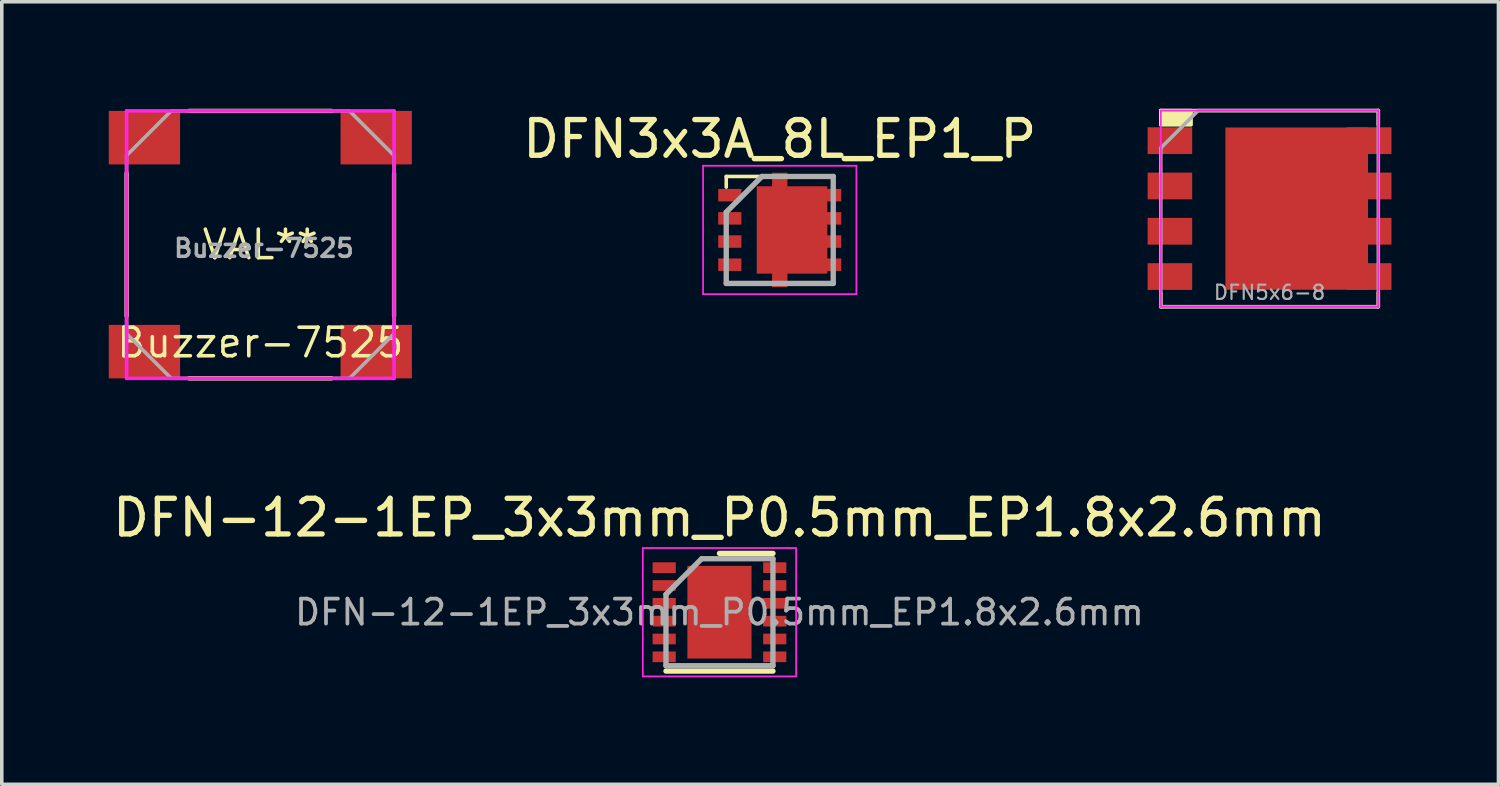
<source format=kicad_pcb>
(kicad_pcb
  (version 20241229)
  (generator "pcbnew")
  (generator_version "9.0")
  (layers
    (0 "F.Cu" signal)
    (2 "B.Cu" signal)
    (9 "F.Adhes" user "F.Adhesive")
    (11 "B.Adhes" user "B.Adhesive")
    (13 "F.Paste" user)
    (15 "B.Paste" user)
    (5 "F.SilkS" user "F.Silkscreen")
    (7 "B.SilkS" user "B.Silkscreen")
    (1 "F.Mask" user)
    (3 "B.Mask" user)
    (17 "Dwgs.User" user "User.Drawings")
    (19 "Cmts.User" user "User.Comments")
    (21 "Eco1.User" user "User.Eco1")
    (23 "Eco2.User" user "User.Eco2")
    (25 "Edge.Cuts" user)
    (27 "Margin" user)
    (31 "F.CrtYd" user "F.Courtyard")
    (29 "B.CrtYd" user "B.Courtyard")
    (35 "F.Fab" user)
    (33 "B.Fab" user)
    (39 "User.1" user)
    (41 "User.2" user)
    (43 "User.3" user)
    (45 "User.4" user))
  (footprint "DFN5x6-8"
    (layer "F.Cu")
    (at 32.55 2.8)
    (property "Reference" "DFN5x6-8" (at 0 2.35 0) (layer "F.Fab") (effects (font (size 0.4 0.4) (thickness 0.06))))
    (attr smd)
    (fp_line (start -3.05 -2.75) (end 3.05 -2.75) (stroke (width 0.1) (type solid)) (layer "F.SilkS"))
    (fp_line (start -3.05 -2.35) (end -3.05 -2.75) (stroke (width 0.1) (type solid)) (layer "F.SilkS"))
    (fp_line (start -3.05 2.35) (end -3.05 2.75) (stroke (width 0.1) (type solid)) (layer "F.SilkS"))
    (fp_line (start -3.05 2.75) (end 3.05 2.75) (stroke (width 0.1) (type solid)) (layer "F.SilkS"))
    (fp_line (start 3.05 -2.75) (end 3.05 -2.35) (stroke (width 0.1) (type solid)) (layer "F.SilkS"))
    (fp_line (start 3.05 2.75) (end 3.05 2.35) (stroke (width 0.1) (type solid)) (layer "F.SilkS"))
    (fp_poly (pts (xy -3.05 -2.35) (xy -2.2 -2.35) (xy -2.2 -2.75) (xy -3.05 -2.75)) (stroke (width 0.1) (type solid)) (fill yes) (layer "F.SilkS"))
    (fp_line (start -3.05 -2.75) (end -3.05 2.75) (stroke (width 0.05) (type solid)) (layer "F.CrtYd"))
    (fp_line (start -3.05 -2.75) (end 3.05 -2.75) (stroke (width 0.05) (type solid)) (layer "F.CrtYd"))
    (fp_line (start -3.05 2.75) (end 3.05 2.75) (stroke (width 0.05) (type solid)) (layer "F.CrtYd"))
    (fp_line (start 3.05 -2.75) (end 3.05 2.75) (stroke (width 0.05) (type solid)) (layer "F.CrtYd"))
    (fp_line (start -3.05 -1.7) (end -2 -2.75) (stroke (width 0.1) (type solid)) (layer "F.Fab"))
    (fp_line (start -3.05 2.75) (end -3.05 -1.7) (stroke (width 0.1) (type solid)) (layer "F.Fab"))
    (fp_line (start -2 -2.75) (end 3.05 -2.75) (stroke (width 0.1) (type solid)) (layer "F.Fab"))
    (fp_line (start 3.05 -2.75) (end 3.05 2.75) (stroke (width 0.1) (type solid)) (layer "F.Fab"))
    (fp_line (start 3.05 2.75) (end -3.05 2.75) (stroke (width 0.1) (type solid)) (layer "F.Fab"))
    (pad "1" smd rect (at -2.794 -1.905) (size 1.25 0.75) (layers "F.Cu" "F.Mask" "F.Paste"))
    (pad "1" smd rect (at -2.794 -0.635) (size 1.25 0.75) (layers "F.Cu" "F.Mask" "F.Paste"))
    (pad "1" smd rect (at -2.794 0.635) (size 1.25 0.75) (layers "F.Cu" "F.Mask" "F.Paste"))
    (pad "2" smd rect (at -2.794 1.905) (size 1.25 0.75) (layers "F.Cu" "F.Mask" "F.Paste"))
    (pad "3" smd rect (at 0.762 0) (size 4 4.55) (layers "F.Cu" "F.Mask" "F.Paste"))
    (pad "3" smd rect (at 2.794 -1.905) (size 1.25 0.75) (layers "F.Cu" "F.Mask" "F.Paste"))
    (pad "3" smd rect (at 2.794 -0.635) (size 1.25 0.75) (layers "F.Cu" "F.Mask" "F.Paste"))
    (pad "3" smd rect (at 2.794 0.635) (size 1.25 0.75) (layers "F.Cu" "F.Mask" "F.Paste"))
    (pad "3" smd rect (at 2.794 1.905) (size 1.25 0.75) (layers "F.Cu" "F.Mask" "F.Paste")))
  (footprint "DFN-12-1EP_3x3mm_P0.5mm_EP1.8x2.6mm"
    (layer "F.Cu")
    (at 17.125 14.118)
    (property "Reference" "DFN-12-1EP_3x3mm_P0.5mm_EP1.8x2.6mm" (at 0 -2.65 0) (layer "F.SilkS") (effects (font (size 1 1) (thickness 0.15))))
    (attr smd)
    (fp_line (start -1.5 1.65) (end 1.5 1.65) (stroke (width 0.15) (type solid)) (layer "F.SilkS"))
    (fp_line (start 0 -1.65) (end 1.5 -1.65) (stroke (width 0.15) (type solid)) (layer "F.SilkS"))
    (fp_line (start -2.15 -1.8) (end -2.15 1.8) (stroke (width 0.05) (type solid)) (layer "F.CrtYd"))
    (fp_line (start -2.15 -1.8) (end 2.15 -1.8) (stroke (width 0.05) (type solid)) (layer "F.CrtYd"))
    (fp_line (start -2.15 1.8) (end 2.15 1.8) (stroke (width 0.05) (type solid)) (layer "F.CrtYd"))
    (fp_line (start 2.15 -1.8) (end 2.15 1.8) (stroke (width 0.05) (type solid)) (layer "F.CrtYd"))
    (fp_line (start -1.5 -0.5) (end -0.5 -1.5) (stroke (width 0.15) (type solid)) (layer "F.Fab"))
    (fp_line (start -1.5 1.5) (end -1.5 -0.5) (stroke (width 0.15) (type solid)) (layer "F.Fab"))
    (fp_line (start -0.5 -1.5) (end 1.5 -1.5) (stroke (width 0.15) (type solid)) (layer "F.Fab"))
    (fp_line (start 1.5 -1.5) (end 1.5 1.5) (stroke (width 0.15) (type solid)) (layer "F.Fab"))
    (fp_line (start 1.5 1.5) (end -1.5 1.5) (stroke (width 0.15) (type solid)) (layer "F.Fab"))
    (fp_text user "${REFERENCE}" (at 0 0 0) (layer "F.Fab") (effects (font (size 0.7 0.7) (thickness 0.105))))
    (pad "" smd rect (at -0.512 -0.715) (size 0.8 1.2) (layers "F.Paste"))
    (pad "" smd rect (at -0.512 0.715) (size 0.8 1.2) (layers "F.Paste"))
    (pad "" smd rect (at 0.512 -0.715) (size 0.8 1.2) (layers "F.Paste"))
    (pad "" smd rect (at 0.512 0.715) (size 0.8 1.2) (layers "F.Paste"))
    (pad "1" smd rect (at -1.55 -1.25) (size 0.65 0.3) (layers "F.Cu" "F.Mask" "F.Paste"))
    (pad "2" smd rect (at -1.55 -0.75) (size 0.65 0.3) (layers "F.Cu" "F.Mask" "F.Paste"))
    (pad "3" smd rect (at -1.55 -0.25) (size 0.65 0.3) (layers "F.Cu" "F.Mask" "F.Paste"))
    (pad "4" smd rect (at -1.55 0.25) (size 0.65 0.3) (layers "F.Cu" "F.Mask" "F.Paste"))
    (pad "5" smd rect (at -1.55 0.75) (size 0.65 0.3) (layers "F.Cu" "F.Mask" "F.Paste"))
    (pad "6" smd rect (at -1.55 1.25) (size 0.65 0.3) (layers "F.Cu" "F.Mask" "F.Paste"))
    (pad "7" smd rect (at 1.55 1.25) (size 0.65 0.3) (layers "F.Cu" "F.Mask" "F.Paste"))
    (pad "8" smd rect (at 1.55 0.75) (size 0.65 0.3) (layers "F.Cu" "F.Mask" "F.Paste"))
    (pad "9" smd rect (at 1.55 0.25) (size 0.65 0.3) (layers "F.Cu" "F.Mask" "F.Paste"))
    (pad "10" smd rect (at 1.55 -0.25) (size 0.65 0.3) (layers "F.Cu" "F.Mask" "F.Paste"))
    (pad "11" smd rect (at 1.55 -0.75) (size 0.65 0.3) (layers "F.Cu" "F.Mask" "F.Paste"))
    (pad "12" smd rect (at 1.55 -1.25) (size 0.65 0.3) (layers "F.Cu" "F.Mask" "F.Paste"))
    (pad "13" smd rect (at 0 0) (size 1.8 2.6) (layers "F.Cu" "F.Mask")))
  (footprint "DFN3x3A_8L_EP1_P"
    (layer "F.Cu")
    (at 18.815 3.398)
    (property "Reference" "DFN3x3A_8L_EP1_P" (at 0 -2.55 0) (layer "F.SilkS") (effects (font (size 1 1) (thickness 0.15))))
    (attr smd)
    (fp_line (start -1.5 -1.5) (end -1.5 -1.2) (stroke (width 0.1) (type solid)) (layer "F.SilkS"))
    (fp_line (start -1.5 -1.5) (end -0.265 -1.5) (stroke (width 0.1) (type solid)) (layer "F.SilkS"))
    (fp_line (start -1.5 1.5) (end -1.5 1.2) (stroke (width 0.1) (type solid)) (layer "F.SilkS"))
    (fp_line (start -1.5 1.5) (end -0.265 1.5) (stroke (width 0.1) (type solid)) (layer "F.SilkS"))
    (fp_line (start 1.5 -1.5) (end 0.265 -1.5) (stroke (width 0.1) (type solid)) (layer "F.SilkS"))
    (fp_line (start 1.5 -1.5) (end 1.5 -1.2) (stroke (width 0.1) (type solid)) (layer "F.SilkS"))
    (fp_line (start 1.5 1.5) (end 0.265 1.5) (stroke (width 0.1) (type solid)) (layer "F.SilkS"))
    (fp_line (start 1.5 1.5) (end 1.5 1.2) (stroke (width 0.1) (type solid)) (layer "F.SilkS"))
    (fp_line (start -2.15 -1.8) (end -2.15 1.8) (stroke (width 0.05) (type solid)) (layer "F.CrtYd"))
    (fp_line (start -2.15 -1.8) (end 2.15 -1.8) (stroke (width 0.05) (type solid)) (layer "F.CrtYd"))
    (fp_line (start -2.15 1.8) (end 2.15 1.8) (stroke (width 0.05) (type solid)) (layer "F.CrtYd"))
    (fp_line (start 2.15 -1.8) (end 2.15 1.8) (stroke (width 0.05) (type solid)) (layer "F.CrtYd"))
    (fp_line (start -1.5 -0.5) (end -0.5 -1.5) (stroke (width 0.15) (type solid)) (layer "F.Fab"))
    (fp_line (start -1.5 1.5) (end -1.5 -0.5) (stroke (width 0.15) (type solid)) (layer "F.Fab"))
    (fp_line (start -0.5 -1.5) (end 1.5 -1.5) (stroke (width 0.15) (type solid)) (layer "F.Fab"))
    (fp_line (start 1.5 -1.5) (end 1.5 1.5) (stroke (width 0.15) (type solid)) (layer "F.Fab"))
    (fp_line (start 1.5 1.5) (end -1.5 1.5) (stroke (width 0.15) (type solid)) (layer "F.Fab"))
    (pad "1" smd rect (at -1.4 -0.975) (size 0.65 0.35) (layers "F.Cu" "F.Mask" "F.Paste"))
    (pad "1" smd rect (at -1.4 -0.325) (size 0.65 0.35) (layers "F.Cu" "F.Mask" "F.Paste"))
    (pad "1" smd rect (at -1.4 0.325) (size 0.65 0.35) (layers "F.Cu" "F.Mask" "F.Paste"))
    (pad "2" smd rect (at -1.4 0.975) (size 0.65 0.35) (layers "F.Cu" "F.Mask" "F.Paste"))
    (pad "3" smd rect (at 0 0) (size 0.43 3.21) (layers "F.Cu" "F.Mask" "F.Paste"))
    (pad "3" smd rect (at 0.345 0) (size 1.98 2.45) (layers "F.Cu" "F.Mask" "F.Paste"))
    (pad "3" smd rect (at 1.4 -0.975) (size 0.65 0.35) (layers "F.Cu" "F.Mask" "F.Paste"))
    (pad "3" smd rect (at 1.4 -0.325) (size 0.65 0.35) (layers "F.Cu" "F.Mask" "F.Paste"))
    (pad "3" smd rect (at 1.4 0.325) (size 0.65 0.35) (layers "F.Cu" "F.Mask" "F.Paste"))
    (pad "3" smd rect (at 1.4 0.975) (size 0.65 0.35) (layers "F.Cu" "F.Mask" "F.Paste")))
  (footprint "Buzzer-7525"
    (layer "F.Cu")
    (at 4.25 3.81)
    (property "Reference" "Buzzer-7525" (at 0 2.75 0) (layer "F.SilkS") (effects (font (size 0.8 0.8) (thickness 0.1))))
    (attr smd)
    (fp_line (start -3.75 -2) (end -3.75 2) (stroke (width 0.12) (type solid)) (layer "F.SilkS"))
    (fp_line (start -2 3.75) (end 2 3.75) (stroke (width 0.12) (type solid)) (layer "F.SilkS"))
    (fp_line (start 2 -3.75) (end -2 -3.75) (stroke (width 0.12) (type solid)) (layer "F.SilkS"))
    (fp_line (start 3.75 2) (end 3.75 -2) (stroke (width 0.12) (type solid)) (layer "F.SilkS"))
    (fp_line (start -3.75 -3.75) (end 3.75 -3.75) (stroke (width 0.1) (type solid)) (layer "F.CrtYd"))
    (fp_line (start -3.75 3.75) (end -3.75 -3.75) (stroke (width 0.1) (type solid)) (layer "F.CrtYd"))
    (fp_line (start 3.75 -3.75) (end 3.75 3.75) (stroke (width 0.1) (type solid)) (layer "F.CrtYd"))
    (fp_line (start 3.75 3.75) (end -3.75 3.75) (stroke (width 0.1) (type solid)) (layer "F.CrtYd"))
    (fp_line (start -3.75 -2.5) (end -2.5 -3.75) (stroke (width 0.1) (type solid)) (layer "F.Fab"))
    (fp_line (start -3.75 2.5) (end -3.75 -2.5) (stroke (width 0.1) (type solid)) (layer "F.Fab"))
    (fp_line (start -2.5 -3.75) (end 2.5 -3.75) (stroke (width 0.1) (type solid)) (layer "F.Fab"))
    (fp_line (start -2.5 3.75) (end -3.75 2.5) (stroke (width 0.1) (type solid)) (layer "F.Fab"))
    (fp_line (start 2.5 -3.75) (end 3.75 -2.5) (stroke (width 0.1) (type solid)) (layer "F.Fab"))
    (fp_line (start 2.5 3.75) (end -2.5 3.75) (stroke (width 0.1) (type solid)) (layer "F.Fab"))
    (fp_line (start 3.75 -2.5) (end 3.75 2.5) (stroke (width 0.1) (type solid)) (layer "F.Fab"))
    (fp_line (start 3.75 2.5) (end 2.5 3.75) (stroke (width 0.1) (type solid)) (layer "F.Fab"))
    (fp_text user "VAL**" (at 0 0 0) (layer "F.SilkS") (effects (font (size 0.8 0.8) (thickness 0.1))))
    (fp_text user "${REFERENCE}" (at 0.1 0.1 0) (layer "F.Fab") (effects (font (size 0.5 0.5) (thickness 0.1))))
    (pad "" smd rect (at 3.25 -3) (size 2 1.5) (layers "F.Cu" "F.Mask" "F.Paste"))
    (pad "" smd rect (at 3.25 3) (size 2 1.5) (layers "F.Cu" "F.Mask" "F.Paste"))
    (pad "1" smd rect (at -3.25 -3) (size 2 1.5) (layers "F.Cu" "F.Mask" "F.Paste"))
    (pad "2" smd rect (at -3.25 3) (size 2 1.5) (layers "F.Cu" "F.Mask" "F.Paste")))
  (gr_rect
    (start -3 -3)
    (end 38.969 18.943)
    (stroke (width 0.1) (type default))
    (fill no)
    (layer "Edge.Cuts")))
</source>
